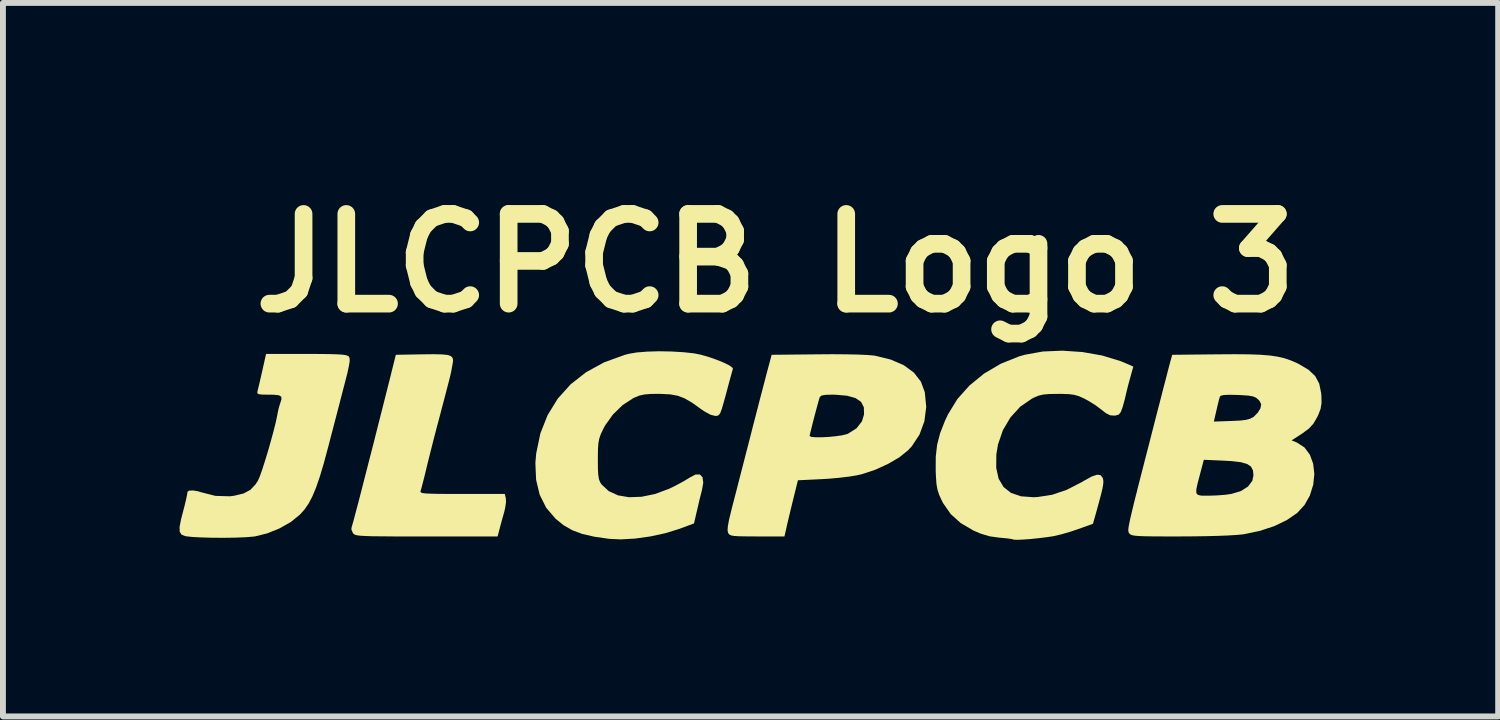
<source format=kicad_pcb>
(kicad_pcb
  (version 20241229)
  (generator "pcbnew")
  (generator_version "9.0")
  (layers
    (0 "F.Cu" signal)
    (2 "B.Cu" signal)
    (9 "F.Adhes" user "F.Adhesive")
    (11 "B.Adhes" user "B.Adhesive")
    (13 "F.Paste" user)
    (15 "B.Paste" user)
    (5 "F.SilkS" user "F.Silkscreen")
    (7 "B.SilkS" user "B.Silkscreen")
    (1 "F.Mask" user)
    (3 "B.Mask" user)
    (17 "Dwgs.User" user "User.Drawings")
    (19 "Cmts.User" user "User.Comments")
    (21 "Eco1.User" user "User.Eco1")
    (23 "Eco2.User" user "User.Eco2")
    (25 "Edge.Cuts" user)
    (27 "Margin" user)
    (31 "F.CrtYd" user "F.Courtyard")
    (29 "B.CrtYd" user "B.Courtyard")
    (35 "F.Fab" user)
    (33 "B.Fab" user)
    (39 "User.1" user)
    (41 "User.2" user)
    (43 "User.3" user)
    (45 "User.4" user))
  (footprint "JLCPCB Logo 3"
    (layer "F.Cu")
    (at 9.617 4.466)
    (property "Reference" "JLCPCB Logo 3" (at 0.508 -3.048 0) (layer "F.SilkS") (effects (font (size 1.524 1.524) (thickness 0.3))))
    (attr board_only exclude_from_pos_files exclude_from_bom)
    (fp_poly (pts (xy -5.161 -1.497) (xy -5.064 -1.487) (xy -5.006 -1.466) (xy -4.978 -1.434) (xy -4.972 -1.387) (xy -4.979 -1.341) (xy -4.996 -1.247) (xy -5.01 -1.175) (xy -5.022 -1.124) (xy -5.047 -1.025) (xy -5.083 -0.888) (xy -5.126 -0.722) (xy -5.175 -0.537) (xy -5.189 -0.482) (xy -5.245 -0.273) (xy -5.3 -0.061) (xy -5.351 0.14) (xy -5.395 0.315) (xy -5.427 0.447) (xy -5.428 0.451) (xy -5.461 0.587) (xy -5.491 0.704) (xy -5.513 0.788) (xy -5.523 0.82) (xy -5.526 0.837) (xy -5.517 0.849) (xy -5.487 0.859) (xy -5.431 0.865) (xy -5.341 0.869) (xy -5.211 0.872) (xy -5.034 0.873) (xy -4.819 0.873) (xy -4.094 0.873) (xy -4.076 0.946) (xy -4.073 1.016) (xy -4.088 1.115) (xy -4.103 1.179) (xy -4.137 1.299) (xy -4.17 1.42) (xy -4.182 1.467) (xy -4.216 1.595) (xy -5.426 1.595) (xy -5.728 1.595) (xy -5.975 1.595) (xy -6.173 1.593) (xy -6.328 1.592) (xy -6.445 1.588) (xy -6.531 1.584) (xy -6.59 1.578) (xy -6.629 1.569) (xy -6.652 1.559) (xy -6.667 1.545) (xy -6.675 1.534) (xy -6.699 1.477) (xy -6.697 1.447) (xy -6.687 1.412) (xy -6.662 1.325) (xy -6.627 1.191) (xy -6.58 1.015) (xy -6.525 0.802) (xy -6.463 0.559) (xy -6.394 0.291) (xy -6.32 0.003) (xy -6.244 -0.299) (xy -6.165 -0.609) (xy -6.086 -0.922) (xy -6.053 -1.053) (xy -5.944 -1.49) (xy -5.496 -1.498) (xy -5.302 -1.5)) (stroke (width 0) (type solid)) (fill yes) (layer "F.SilkS"))
    (fp_poly (pts (xy -7.237 -1.504) (xy -7.063 -1.502) (xy -6.935 -1.498) (xy -6.845 -1.492) (xy -6.788 -1.483) (xy -6.754 -1.47) (xy -6.742 -1.46) (xy -6.729 -1.431) (xy -6.728 -1.381) (xy -6.741 -1.3) (xy -6.767 -1.18) (xy -6.81 -1.012) (xy -6.813 -1.001) (xy -6.855 -0.84) (xy -6.907 -0.638) (xy -6.966 -0.412) (xy -7.027 -0.178) (xy -7.085 0.045) (xy -7.089 0.06) (xy -7.165 0.344) (xy -7.234 0.576) (xy -7.299 0.765) (xy -7.362 0.916) (xy -7.427 1.039) (xy -7.498 1.141) (xy -7.574 1.225) (xy -7.727 1.349) (xy -7.919 1.458) (xy -8.129 1.543) (xy -8.335 1.594) (xy -8.358 1.597) (xy -8.487 1.608) (xy -8.659 1.615) (xy -8.858 1.618) (xy -9.065 1.617) (xy -9.265 1.611) (xy -9.41 1.603) (xy -9.516 1.591) (xy -9.583 1.565) (xy -9.615 1.516) (xy -9.617 1.434) (xy -9.593 1.309) (xy -9.575 1.238) (xy -9.532 1.073) (xy -9.504 0.956) (xy -9.488 0.876) (xy -9.482 0.835) (xy -9.454 0.817) (xy -9.388 0.814) (xy -9.304 0.828) (xy -9.249 0.845) (xy -9.009 0.906) (xy -8.762 0.913) (xy -8.686 0.903) (xy -8.529 0.865) (xy -8.414 0.803) (xy -8.324 0.707) (xy -8.284 0.643) (xy -8.254 0.573) (xy -8.213 0.458) (xy -8.166 0.311) (xy -8.115 0.145) (xy -8.066 -0.028) (xy -8.021 -0.194) (xy -7.984 -0.34) (xy -7.96 -0.453) (xy -7.957 -0.47) (xy -7.938 -0.566) (xy -7.914 -0.649) (xy -7.912 -0.654) (xy -7.887 -0.732) (xy -7.89 -0.779) (xy -7.931 -0.803) (xy -8.017 -0.812) (xy -8.098 -0.813) (xy -8.208 -0.814) (xy -8.271 -0.821) (xy -8.296 -0.836) (xy -8.296 -0.863) (xy -8.295 -0.865) (xy -8.283 -0.916) (xy -8.26 -1.01) (xy -8.232 -1.132) (xy -8.214 -1.211) (xy -8.148 -1.505) (xy -7.463 -1.505)) (stroke (width 0) (type solid)) (fill yes) (layer "F.SilkS"))
    (fp_poly (pts (xy 1.706 -1.498) (xy 1.905 -1.494) (xy 2.062 -1.487) (xy 2.171 -1.478) (xy 2.192 -1.475) (xy 2.462 -1.409) (xy 2.683 -1.313) (xy 2.854 -1.188) (xy 2.974 -1.034) (xy 3.04 -0.854) (xy 3.064 -0.604) (xy 3.033 -0.361) (xy 2.95 -0.135) (xy 2.818 0.065) (xy 2.753 0.134) (xy 2.606 0.252) (xy 2.416 0.363) (xy 2.204 0.46) (xy 1.986 0.533) (xy 1.881 0.558) (xy 1.751 0.579) (xy 1.583 0.599) (xy 1.403 0.615) (xy 1.263 0.623) (xy 0.885 0.641) (xy 0.806 0.96) (xy 0.769 1.111) (xy 0.734 1.258) (xy 0.704 1.382) (xy 0.692 1.437) (xy 0.656 1.595) (xy 0.194 1.595) (xy 0.016 1.594) (xy -0.11 1.592) (xy -0.195 1.587) (xy -0.248 1.578) (xy -0.279 1.563) (xy -0.297 1.542) (xy -0.3 1.537) (xy -0.31 1.494) (xy -0.305 1.422) (xy -0.285 1.312) (xy -0.247 1.156) (xy -0.239 1.123) (xy -0.206 0.995) (xy -0.161 0.822) (xy -0.108 0.614) (xy -0.049 0.386) (xy 0.012 0.149) (xy 0.062 -0.045) (xy 0.079 -0.111) (xy 1.083 -0.111) (xy 1.111 -0.096) (xy 1.183 -0.089) (xy 1.286 -0.089) (xy 1.406 -0.095) (xy 1.527 -0.107) (xy 1.636 -0.123) (xy 1.717 -0.143) (xy 1.736 -0.15) (xy 1.881 -0.242) (xy 1.973 -0.361) (xy 2.008 -0.478) (xy 2.005 -0.598) (xy 1.958 -0.69) (xy 1.864 -0.755) (xy 1.72 -0.795) (xy 1.524 -0.812) (xy 1.463 -0.813) (xy 1.353 -0.81) (xy 1.29 -0.799) (xy 1.259 -0.776) (xy 1.252 -0.76) (xy 1.231 -0.688) (xy 1.203 -0.585) (xy 1.171 -0.465) (xy 1.139 -0.343) (xy 1.112 -0.233) (xy 1.092 -0.152) (xy 1.084 -0.112) (xy 1.083 -0.111) (xy 0.079 -0.111) (xy 0.121 -0.277) (xy 0.181 -0.508) (xy 0.237 -0.726) (xy 0.288 -0.92) (xy 0.329 -1.077) (xy 0.354 -1.174) (xy 0.439 -1.49) (xy 1.22 -1.498) (xy 1.475 -1.5)) (stroke (width 0) (type solid)) (fill yes) (layer "F.SilkS"))
    (fp_poly (pts (xy -1.262 -1.546) (xy -1.059 -1.534) (xy -0.882 -1.515) (xy -0.767 -1.492) (xy -0.624 -1.451) (xy -0.488 -1.403) (xy -0.368 -1.354) (xy -0.277 -1.308) (xy -0.226 -1.27) (xy -0.219 -1.252) (xy -0.231 -1.212) (xy -0.255 -1.125) (xy -0.288 -1.005) (xy -0.326 -0.862) (xy -0.333 -0.835) (xy -0.376 -0.68) (xy -0.407 -0.573) (xy -0.432 -0.506) (xy -0.455 -0.47) (xy -0.481 -0.455) (xy -0.515 -0.452) (xy -0.52 -0.452) (xy -0.599 -0.472) (xy -0.702 -0.528) (xy -0.761 -0.568) (xy -0.913 -0.677) (xy -1.039 -0.75) (xy -1.157 -0.795) (xy -1.284 -0.818) (xy -1.439 -0.826) (xy -1.475 -0.827) (xy -1.62 -0.825) (xy -1.725 -0.816) (xy -1.809 -0.797) (xy -1.89 -0.764) (xy -1.911 -0.754) (xy -2.091 -0.637) (xy -2.257 -0.476) (xy -2.391 -0.288) (xy -2.424 -0.225) (xy -2.464 -0.141) (xy -2.489 -0.067) (xy -2.504 0.012) (xy -2.511 0.113) (xy -2.513 0.254) (xy -2.513 0.291) (xy -2.512 0.443) (xy -2.506 0.548) (xy -2.495 0.62) (xy -2.476 0.671) (xy -2.45 0.712) (xy -2.33 0.824) (xy -2.172 0.897) (xy -1.983 0.929) (xy -1.771 0.921) (xy -1.541 0.874) (xy -1.302 0.785) (xy -1.227 0.749) (xy -1.118 0.692) (xy -1.02 0.637) (xy -0.958 0.598) (xy -0.856 0.544) (xy -0.781 0.542) (xy -0.735 0.59) (xy -0.723 0.683) (xy -0.745 0.809) (xy -0.77 0.906) (xy -0.789 0.98) (xy -0.795 1.008) (xy -0.805 1.052) (xy -0.824 1.134) (xy -0.841 1.206) (xy -0.88 1.374) (xy -1.14 1.47) (xy -1.368 1.54) (xy -1.622 1.595) (xy -1.88 1.631) (xy -2.123 1.645) (xy -2.317 1.636) (xy -2.57 1.6) (xy -2.776 1.553) (xy -2.946 1.49) (xy -3.093 1.406) (xy -3.228 1.297) (xy -3.232 1.293) (xy -3.391 1.107) (xy -3.501 0.886) (xy -3.562 0.632) (xy -3.574 0.347) (xy -3.56 0.184) (xy -3.489 -0.156) (xy -3.366 -0.466) (xy -3.195 -0.744) (xy -2.976 -0.988) (xy -2.713 -1.194) (xy -2.406 -1.362) (xy -2.059 -1.488) (xy -1.986 -1.507) (xy -1.852 -1.53) (xy -1.675 -1.544) (xy -1.473 -1.55)) (stroke (width 0) (type solid)) (fill yes) (layer "F.SilkS"))
    (fp_poly (pts (xy 5.717 -1.537) (xy 6.052 -1.478) (xy 6.364 -1.383) (xy 6.503 -1.325) (xy 6.581 -1.289) (xy 6.525 -1.088) (xy 6.494 -0.974) (xy 6.469 -0.874) (xy 6.455 -0.813) (xy 6.437 -0.737) (xy 6.41 -0.637) (xy 6.4 -0.602) (xy 6.369 -0.518) (xy 6.335 -0.475) (xy 6.28 -0.459) (xy 6.264 -0.457) (xy 6.19 -0.462) (xy 6.115 -0.499) (xy 6.042 -0.556) (xy 5.94 -0.633) (xy 5.817 -0.709) (xy 5.749 -0.746) (xy 5.661 -0.786) (xy 5.58 -0.81) (xy 5.489 -0.822) (xy 5.365 -0.826) (xy 5.297 -0.826) (xy 5.153 -0.824) (xy 5.051 -0.815) (xy 4.971 -0.796) (xy 4.894 -0.763) (xy 4.86 -0.746) (xy 4.661 -0.609) (xy 4.494 -0.426) (xy 4.366 -0.209) (xy 4.283 0.033) (xy 4.255 0.202) (xy 4.253 0.429) (xy 4.293 0.613) (xy 4.377 0.755) (xy 4.503 0.855) (xy 4.672 0.913) (xy 4.885 0.929) (xy 4.959 0.925) (xy 5.204 0.887) (xy 5.451 0.803) (xy 5.711 0.669) (xy 5.745 0.649) (xy 5.875 0.577) (xy 5.968 0.546) (xy 6.028 0.555) (xy 6.063 0.603) (xy 6.067 0.618) (xy 6.073 0.656) (xy 6.07 0.707) (xy 6.058 0.778) (xy 6.034 0.88) (xy 5.996 1.021) (xy 5.944 1.211) (xy 5.94 1.224) (xy 5.896 1.38) (xy 5.645 1.47) (xy 5.505 1.517) (xy 5.359 1.559) (xy 5.236 1.588) (xy 5.218 1.592) (xy 5.101 1.609) (xy 4.968 1.625) (xy 4.833 1.639) (xy 4.709 1.648) (xy 4.611 1.652) (xy 4.553 1.65) (xy 4.544 1.647) (xy 4.509 1.638) (xy 4.43 1.627) (xy 4.323 1.617) (xy 4.308 1.616) (xy 4.142 1.593) (xy 3.988 1.547) (xy 3.867 1.495) (xy 3.65 1.368) (xy 3.481 1.216) (xy 3.35 1.028) (xy 3.323 0.975) (xy 3.282 0.884) (xy 3.255 0.8) (xy 3.238 0.704) (xy 3.229 0.577) (xy 3.225 0.479) (xy 3.226 0.243) (xy 3.249 0.037) (xy 3.301 -0.161) (xy 3.384 -0.373) (xy 3.436 -0.482) (xy 3.593 -0.738) (xy 3.8 -0.97) (xy 4.048 -1.172) (xy 4.33 -1.338) (xy 4.638 -1.462) (xy 4.74 -1.491) (xy 5.044 -1.546) (xy 5.376 -1.56)) (stroke (width 0) (type solid)) (fill yes) (layer "F.SilkS"))
    (fp_poly (pts (xy 8.541 -1.498) (xy 8.738 -1.491) (xy 8.9 -1.478) (xy 9.036 -1.458) (xy 9.153 -1.43) (xy 9.26 -1.393) (xy 9.366 -1.347) (xy 9.393 -1.333) (xy 9.557 -1.236) (xy 9.67 -1.129) (xy 9.739 -1) (xy 9.772 -0.838) (xy 9.776 -0.794) (xy 9.778 -0.671) (xy 9.763 -0.575) (xy 9.725 -0.474) (xy 9.705 -0.433) (xy 9.642 -0.323) (xy 9.566 -0.239) (xy 9.457 -0.158) (xy 9.447 -0.151) (xy 9.27 -0.037) (xy 9.361 0.001) (xy 9.488 0.083) (xy 9.58 0.207) (xy 9.636 0.36) (xy 9.656 0.533) (xy 9.637 0.717) (xy 9.579 0.901) (xy 9.489 1.061) (xy 9.366 1.195) (xy 9.192 1.315) (xy 8.978 1.419) (xy 8.733 1.5) (xy 8.466 1.556) (xy 8.429 1.561) (xy 8.33 1.57) (xy 8.181 1.579) (xy 7.995 1.586) (xy 7.782 1.591) (xy 7.554 1.594) (xy 7.361 1.595) (xy 7.117 1.595) (xy 6.927 1.594) (xy 6.783 1.592) (xy 6.678 1.588) (xy 6.606 1.582) (xy 6.559 1.573) (xy 6.531 1.561) (xy 6.515 1.546) (xy 6.51 1.539) (xy 6.503 1.527) (xy 6.498 1.513) (xy 6.496 1.492) (xy 6.498 1.46) (xy 6.505 1.413) (xy 6.518 1.348) (xy 6.537 1.259) (xy 6.565 1.142) (xy 6.601 0.993) (xy 6.648 0.809) (xy 6.65 0.798) (xy 7.651 0.798) (xy 7.652 0.859) (xy 7.679 0.89) (xy 7.737 0.902) (xy 7.829 0.903) (xy 7.866 0.903) (xy 8.005 0.898) (xy 8.147 0.887) (xy 8.249 0.872) (xy 8.411 0.823) (xy 8.53 0.747) (xy 8.603 0.649) (xy 8.622 0.557) (xy 8.613 0.471) (xy 8.579 0.408) (xy 8.513 0.364) (xy 8.408 0.334) (xy 8.256 0.316) (xy 8.12 0.308) (xy 7.779 0.293) (xy 7.711 0.55) (xy 7.672 0.698) (xy 7.651 0.798) (xy 6.65 0.798) (xy 6.705 0.584) (xy 6.774 0.314) (xy 6.856 -0.004) (xy 6.946 -0.356) (xy 7.949 -0.356) (xy 8.246 -0.366) (xy 8.393 -0.373) (xy 8.494 -0.385) (xy 8.564 -0.404) (xy 8.618 -0.432) (xy 8.628 -0.439) (xy 8.695 -0.507) (xy 8.741 -0.582) (xy 8.741 -0.583) (xy 8.753 -0.651) (xy 8.725 -0.706) (xy 8.703 -0.73) (xy 8.663 -0.763) (xy 8.612 -0.784) (xy 8.536 -0.797) (xy 8.42 -0.805) (xy 8.351 -0.808) (xy 8.209 -0.811) (xy 8.118 -0.807) (xy 8.068 -0.795) (xy 8.051 -0.778) (xy 8.037 -0.729) (xy 8.015 -0.641) (xy 7.993 -0.546) (xy 7.949 -0.356) (xy 6.946 -0.356) (xy 6.951 -0.375) (xy 6.978 -0.482) (xy 7.035 -0.7) (xy 7.087 -0.903) (xy 7.134 -1.083) (xy 7.172 -1.231) (xy 7.2 -1.338) (xy 7.216 -1.396) (xy 7.217 -1.399) (xy 7.242 -1.49) (xy 8.007 -1.498) (xy 8.3 -1.5)) (stroke (width 0) (type solid)) (fill yes) (layer "F.SilkS")))
  (gr_rect
    (start -3 -3)
    (end 22.395 9.118)
    (stroke (width 0.1) (type default))
    (fill no)
    (layer "Edge.Cuts")))
</source>
